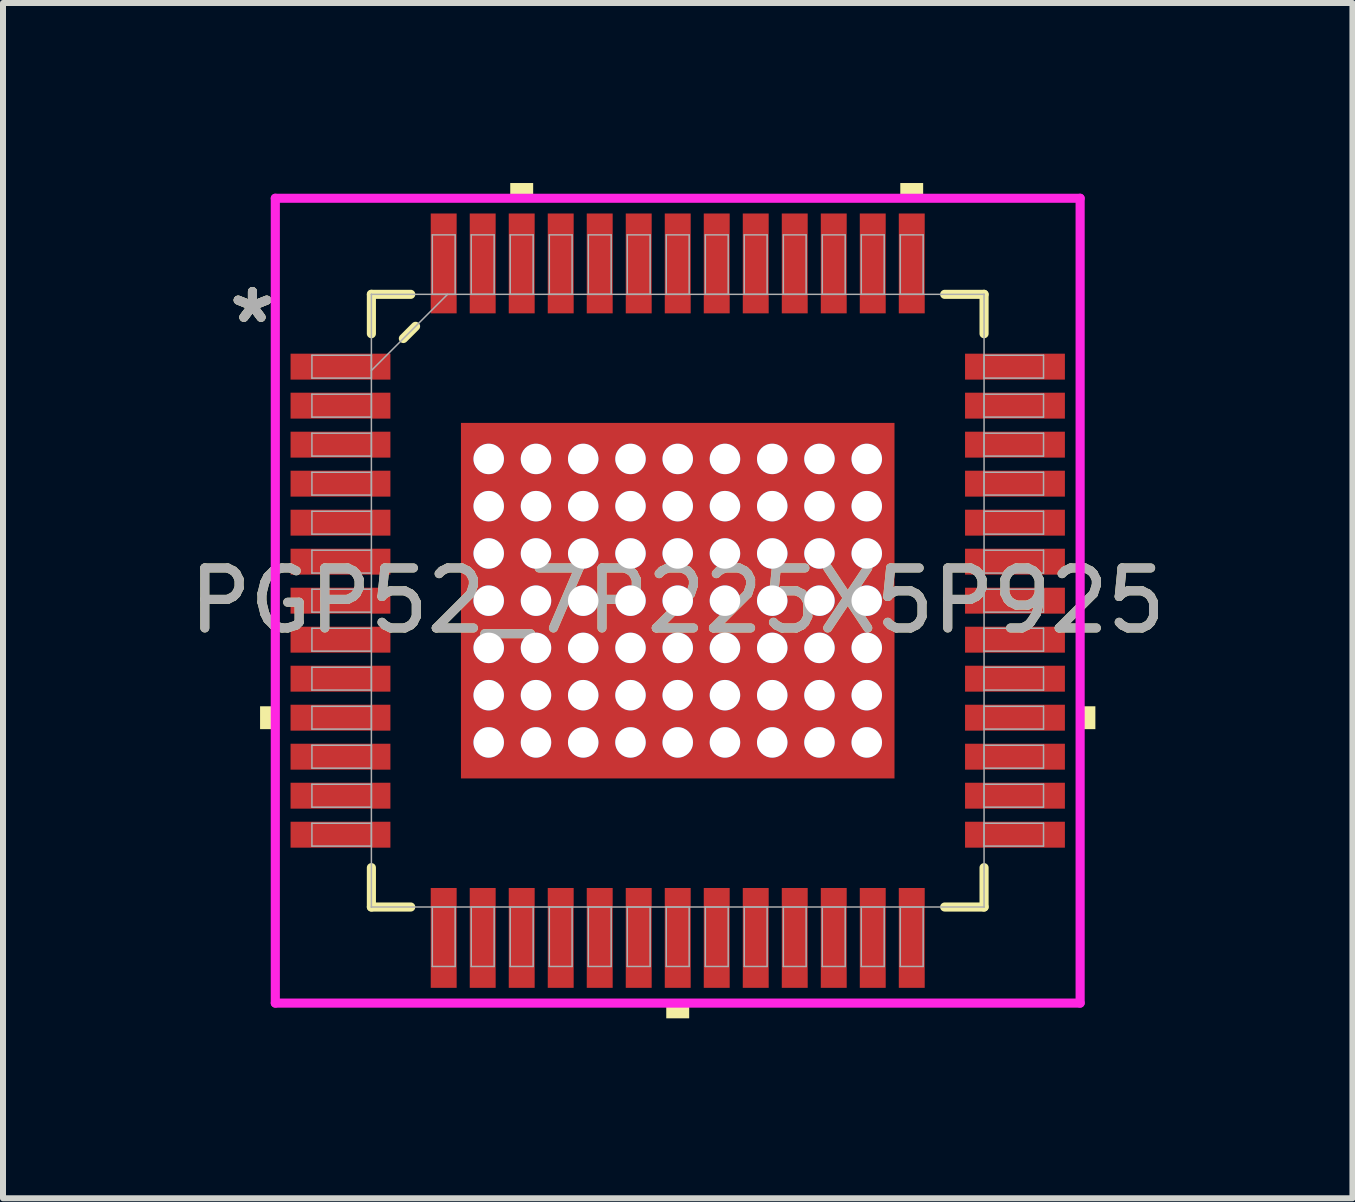
<source format=kicad_pcb>
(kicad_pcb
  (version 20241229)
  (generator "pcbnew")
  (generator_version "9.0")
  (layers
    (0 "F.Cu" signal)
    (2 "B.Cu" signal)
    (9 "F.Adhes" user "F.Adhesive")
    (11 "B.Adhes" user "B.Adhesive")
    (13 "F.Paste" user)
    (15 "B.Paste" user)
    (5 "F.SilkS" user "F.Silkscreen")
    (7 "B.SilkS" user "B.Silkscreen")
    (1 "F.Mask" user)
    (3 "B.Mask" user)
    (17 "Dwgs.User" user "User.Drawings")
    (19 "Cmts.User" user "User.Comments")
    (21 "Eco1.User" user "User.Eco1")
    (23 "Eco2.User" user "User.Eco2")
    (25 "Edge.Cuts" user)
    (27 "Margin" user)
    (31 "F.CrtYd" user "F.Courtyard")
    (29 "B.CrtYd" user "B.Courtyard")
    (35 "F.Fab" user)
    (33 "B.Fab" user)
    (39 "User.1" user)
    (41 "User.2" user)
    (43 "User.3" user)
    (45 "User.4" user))
  (footprint "PGP52_7P225X5P925"
    (layer "F.Cu")
    (at 8.244 6.96)
    (property "Reference" "PGP52_7P225X5P925" (at 0 0 0) (unlocked yes) (layer "F.SilkS") (effects (font (size 1 1) (thickness 0.15))))
    (attr through_hole)
    (fp_poly (pts (xy -3.676 -3.026) (xy -3.35 -3.026) (xy -3.35 3.026) (xy -3.676 3.026)) (stroke (width 0) (type solid)) (fill yes) (layer "F.Mask"))
    (fp_poly (pts (xy -3.676 -3.026) (xy 3.676 -3.026) (xy 3.676 -2.562) (xy -3.676 -2.562)) (stroke (width 0) (type solid)) (fill yes) (layer "F.Mask"))
    (fp_poly (pts (xy -3.676 -2.162) (xy 3.676 -2.162) (xy 3.676 -1.775) (xy -3.676 -1.775)) (stroke (width 0) (type solid)) (fill yes) (layer "F.Mask"))
    (fp_poly (pts (xy -3.676 -1.375) (xy 3.676 -1.375) (xy 3.676 -0.987) (xy -3.676 -0.987)) (stroke (width 0) (type solid)) (fill yes) (layer "F.Mask"))
    (fp_poly (pts (xy -3.676 -0.587) (xy 3.676 -0.587) (xy 3.676 -0.2) (xy -3.676 -0.2)) (stroke (width 0) (type solid)) (fill yes) (layer "F.Mask"))
    (fp_poly (pts (xy -3.676 0.2) (xy 3.676 0.2) (xy 3.676 0.587) (xy -3.676 0.587)) (stroke (width 0) (type solid)) (fill yes) (layer "F.Mask"))
    (fp_poly (pts (xy -3.676 0.987) (xy 3.676 0.987) (xy 3.676 1.375) (xy -3.676 1.375)) (stroke (width 0) (type solid)) (fill yes) (layer "F.Mask"))
    (fp_poly (pts (xy -3.676 1.775) (xy 3.676 1.775) (xy 3.676 2.162) (xy -3.676 2.162)) (stroke (width 0) (type solid)) (fill yes) (layer "F.Mask"))
    (fp_poly (pts (xy -3.676 2.562) (xy 3.676 2.562) (xy 3.676 3.026) (xy -3.676 3.026)) (stroke (width 0) (type solid)) (fill yes) (layer "F.Mask"))
    (fp_poly (pts (xy -2.562 -3.026) (xy -2.95 -3.026) (xy -2.95 3.026) (xy -2.562 3.026)) (stroke (width 0) (type solid)) (fill yes) (layer "F.Mask"))
    (fp_poly (pts (xy -1.775 -3.026) (xy -2.162 -3.026) (xy -2.162 3.026) (xy -1.775 3.026)) (stroke (width 0) (type solid)) (fill yes) (layer "F.Mask"))
    (fp_poly (pts (xy -0.987 -3.026) (xy -1.375 -3.026) (xy -1.375 3.026) (xy -0.987 3.026)) (stroke (width 0) (type solid)) (fill yes) (layer "F.Mask"))
    (fp_poly (pts (xy -0.2 -3.026) (xy -0.587 -3.026) (xy -0.587 3.026) (xy -0.2 3.026)) (stroke (width 0) (type solid)) (fill yes) (layer "F.Mask"))
    (fp_poly (pts (xy 0.587 -3.026) (xy 0.2 -3.026) (xy 0.2 3.026) (xy 0.587 3.026)) (stroke (width 0) (type solid)) (fill yes) (layer "F.Mask"))
    (fp_poly (pts (xy 1.375 -3.026) (xy 0.987 -3.026) (xy 0.987 3.026) (xy 1.375 3.026)) (stroke (width 0) (type solid)) (fill yes) (layer "F.Mask"))
    (fp_poly (pts (xy 2.162 -3.026) (xy 1.775 -3.026) (xy 1.775 3.026) (xy 2.162 3.026)) (stroke (width 0) (type solid)) (fill yes) (layer "F.Mask"))
    (fp_poly (pts (xy 2.95 -3.026) (xy 2.562 -3.026) (xy 2.562 3.026) (xy 2.95 3.026)) (stroke (width 0) (type solid)) (fill yes) (layer "F.Mask"))
    (fp_poly (pts (xy 3.35 -3.026) (xy 3.676 -3.026) (xy 3.676 3.026) (xy 3.35 3.026)) (stroke (width 0) (type solid)) (fill yes) (layer "F.Mask"))
    (fp_line (start -5.105 -5.105) (end -5.105 -4.449) (stroke (width 0.152) (type solid)) (layer "F.SilkS"))
    (fp_line (start -5.105 4.449) (end -5.105 5.105) (stroke (width 0.152) (type solid)) (layer "F.SilkS"))
    (fp_line (start -5.105 5.105) (end -4.449 5.105) (stroke (width 0.152) (type solid)) (layer "F.SilkS"))
    (fp_line (start -4.572 -4.369) (end -4.369 -4.572) (stroke (width 0.152) (type solid)) (layer "F.SilkS"))
    (fp_line (start -4.449 -5.105) (end -5.105 -5.105) (stroke (width 0.152) (type solid)) (layer "F.SilkS"))
    (fp_line (start 4.449 5.105) (end 5.105 5.105) (stroke (width 0.152) (type solid)) (layer "F.SilkS"))
    (fp_line (start 5.105 -5.105) (end 4.449 -5.105) (stroke (width 0.152) (type solid)) (layer "F.SilkS"))
    (fp_line (start 5.105 -4.449) (end 5.105 -5.105) (stroke (width 0.152) (type solid)) (layer "F.SilkS"))
    (fp_line (start 5.105 5.105) (end 5.105 4.449) (stroke (width 0.152) (type solid)) (layer "F.SilkS"))
    (fp_poly (pts (xy -6.96 1.76) (xy -6.96 2.141) (xy -6.706 2.141) (xy -6.706 1.76)) (stroke (width 0) (type solid)) (fill yes) (layer "F.SilkS"))
    (fp_poly (pts (xy -2.791 -6.706) (xy -2.791 -6.96) (xy -2.409 -6.96) (xy -2.409 -6.706)) (stroke (width 0) (type solid)) (fill yes) (layer "F.SilkS"))
    (fp_poly (pts (xy -0.191 6.706) (xy -0.191 6.96) (xy 0.191 6.96) (xy 0.191 6.706)) (stroke (width 0) (type solid)) (fill yes) (layer "F.SilkS"))
    (fp_poly (pts (xy 3.709 -6.706) (xy 3.709 -6.96) (xy 4.09 -6.96) (xy 4.09 -6.706)) (stroke (width 0) (type solid)) (fill yes) (layer "F.SilkS"))
    (fp_poly (pts (xy 6.96 1.76) (xy 6.96 2.141) (xy 6.706 2.141) (xy 6.706 1.76)) (stroke (width 0) (type solid)) (fill yes) (layer "F.SilkS"))
    (fp_poly (pts (xy -3.538 -2.888) (xy -3.538 -2.462) (xy -3.391 -2.462) (xy -3.25 -2.604) (xy -3.25 -2.888)) (stroke (width 0) (type solid)) (fill yes) (layer "F.Paste"))
    (fp_poly (pts (xy -3.538 2.462) (xy -3.538 2.888) (xy -3.25 2.888) (xy -3.25 2.604) (xy -3.391 2.462)) (stroke (width 0) (type solid)) (fill yes) (layer "F.Paste"))
    (fp_poly (pts (xy 3.25 -2.888) (xy 3.25 -2.604) (xy 3.391 -2.462) (xy 3.538 -2.462) (xy 3.538 -2.888)) (stroke (width 0) (type solid)) (fill yes) (layer "F.Paste"))
    (fp_poly (pts (xy 3.391 2.462) (xy 3.25 2.604) (xy 3.25 2.888) (xy 3.538 2.888) (xy 3.538 2.462)) (stroke (width 0) (type solid)) (fill yes) (layer "F.Paste"))
    (fp_poly (pts (xy -3.538 -2.262) (xy -3.538 -1.675) (xy -3.391 -1.675) (xy -3.25 -1.816) (xy -3.25 -2.121) (xy -3.391 -2.262)) (stroke (width 0) (type solid)) (fill yes) (layer "F.Paste"))
    (fp_poly (pts (xy -3.538 -1.475) (xy -3.538 -0.887) (xy -3.391 -0.887) (xy -3.25 -1.029) (xy -3.25 -1.333) (xy -3.391 -1.475)) (stroke (width 0) (type solid)) (fill yes) (layer "F.Paste"))
    (fp_poly (pts (xy -3.538 -0.687) (xy -3.538 -0.1) (xy -3.391 -0.1) (xy -3.25 -0.241) (xy -3.25 -0.546) (xy -3.391 -0.687)) (stroke (width 0) (type solid)) (fill yes) (layer "F.Paste"))
    (fp_poly (pts (xy -3.538 0.1) (xy -3.538 0.687) (xy -3.391 0.687) (xy -3.25 0.546) (xy -3.25 0.241) (xy -3.391 0.1)) (stroke (width 0) (type solid)) (fill yes) (layer "F.Paste"))
    (fp_poly (pts (xy -3.538 0.887) (xy -3.538 1.475) (xy -3.391 1.475) (xy -3.25 1.333) (xy -3.25 1.029) (xy -3.391 0.887)) (stroke (width 0) (type solid)) (fill yes) (layer "F.Paste"))
    (fp_poly (pts (xy -3.538 1.675) (xy -3.538 2.262) (xy -3.391 2.262) (xy -3.25 2.121) (xy -3.25 1.816) (xy -3.391 1.675)) (stroke (width 0) (type solid)) (fill yes) (layer "F.Paste"))
    (fp_poly (pts (xy -3.05 -2.888) (xy -3.05 -2.604) (xy -2.908 -2.462) (xy -2.604 -2.462) (xy -2.462 -2.604) (xy -2.462 -2.888)) (stroke (width 0) (type solid)) (fill yes) (layer "F.Paste"))
    (fp_poly (pts (xy -2.908 2.462) (xy -3.05 2.604) (xy -3.05 2.888) (xy -2.462 2.888) (xy -2.462 2.604) (xy -2.604 2.462)) (stroke (width 0) (type solid)) (fill yes) (layer "F.Paste"))
    (fp_poly (pts (xy -2.262 -2.888) (xy -2.262 -2.604) (xy -2.121 -2.462) (xy -1.816 -2.462) (xy -1.675 -2.604) (xy -1.675 -2.888)) (stroke (width 0) (type solid)) (fill yes) (layer "F.Paste"))
    (fp_poly (pts (xy -2.121 2.462) (xy -2.262 2.604) (xy -2.262 2.888) (xy -1.675 2.888) (xy -1.675 2.604) (xy -1.816 2.462)) (stroke (width 0) (type solid)) (fill yes) (layer "F.Paste"))
    (fp_poly (pts (xy -1.475 -2.888) (xy -1.475 -2.604) (xy -1.333 -2.462) (xy -1.029 -2.462) (xy -0.887 -2.604) (xy -0.887 -2.888)) (stroke (width 0) (type solid)) (fill yes) (layer "F.Paste"))
    (fp_poly (pts (xy -1.333 2.462) (xy -1.475 2.604) (xy -1.475 2.888) (xy -0.887 2.888) (xy -0.887 2.604) (xy -1.029 2.462)) (stroke (width 0) (type solid)) (fill yes) (layer "F.Paste"))
    (fp_poly (pts (xy -0.687 -2.888) (xy -0.687 -2.604) (xy -0.546 -2.462) (xy -0.241 -2.462) (xy -0.1 -2.604) (xy -0.1 -2.888)) (stroke (width 0) (type solid)) (fill yes) (layer "F.Paste"))
    (fp_poly (pts (xy -0.546 2.462) (xy -0.687 2.604) (xy -0.687 2.888) (xy -0.1 2.888) (xy -0.1 2.604) (xy -0.241 2.462)) (stroke (width 0) (type solid)) (fill yes) (layer "F.Paste"))
    (fp_poly (pts (xy 0.1 -2.888) (xy 0.1 -2.604) (xy 0.241 -2.462) (xy 0.546 -2.462) (xy 0.687 -2.604) (xy 0.687 -2.888)) (stroke (width 0) (type solid)) (fill yes) (layer "F.Paste"))
    (fp_poly (pts (xy 0.241 2.462) (xy 0.1 2.604) (xy 0.1 2.888) (xy 0.687 2.888) (xy 0.687 2.604) (xy 0.546 2.462)) (stroke (width 0) (type solid)) (fill yes) (layer "F.Paste"))
    (fp_poly (pts (xy 0.887 -2.888) (xy 0.887 -2.604) (xy 1.029 -2.462) (xy 1.333 -2.462) (xy 1.475 -2.604) (xy 1.475 -2.888)) (stroke (width 0) (type solid)) (fill yes) (layer "F.Paste"))
    (fp_poly (pts (xy 1.029 2.462) (xy 0.887 2.604) (xy 0.887 2.888) (xy 1.475 2.888) (xy 1.475 2.604) (xy 1.333 2.462)) (stroke (width 0) (type solid)) (fill yes) (layer "F.Paste"))
    (fp_poly (pts (xy 1.675 -2.888) (xy 1.675 -2.604) (xy 1.816 -2.462) (xy 2.121 -2.462) (xy 2.262 -2.604) (xy 2.262 -2.888)) (stroke (width 0) (type solid)) (fill yes) (layer "F.Paste"))
    (fp_poly (pts (xy 1.816 2.462) (xy 1.675 2.604) (xy 1.675 2.888) (xy 2.262 2.888) (xy 2.262 2.604) (xy 2.121 2.462)) (stroke (width 0) (type solid)) (fill yes) (layer "F.Paste"))
    (fp_poly (pts (xy 2.462 -2.888) (xy 2.462 -2.604) (xy 2.604 -2.462) (xy 2.908 -2.462) (xy 3.05 -2.604) (xy 3.05 -2.888)) (stroke (width 0) (type solid)) (fill yes) (layer "F.Paste"))
    (fp_poly (pts (xy 2.604 2.462) (xy 2.462 2.604) (xy 2.462 2.888) (xy 3.05 2.888) (xy 3.05 2.604) (xy 2.908 2.462)) (stroke (width 0) (type solid)) (fill yes) (layer "F.Paste"))
    (fp_poly (pts (xy 3.391 -2.262) (xy 3.25 -2.121) (xy 3.25 -1.816) (xy 3.391 -1.675) (xy 3.538 -1.675) (xy 3.538 -2.262)) (stroke (width 0) (type solid)) (fill yes) (layer "F.Paste"))
    (fp_poly (pts (xy 3.391 -1.475) (xy 3.25 -1.333) (xy 3.25 -1.029) (xy 3.391 -0.887) (xy 3.538 -0.887) (xy 3.538 -1.475)) (stroke (width 0) (type solid)) (fill yes) (layer "F.Paste"))
    (fp_poly (pts (xy 3.391 -0.687) (xy 3.25 -0.546) (xy 3.25 -0.241) (xy 3.391 -0.1) (xy 3.538 -0.1) (xy 3.538 -0.687)) (stroke (width 0) (type solid)) (fill yes) (layer "F.Paste"))
    (fp_poly (pts (xy 3.391 0.1) (xy 3.25 0.241) (xy 3.25 0.546) (xy 3.391 0.687) (xy 3.538 0.687) (xy 3.538 0.1)) (stroke (width 0) (type solid)) (fill yes) (layer "F.Paste"))
    (fp_poly (pts (xy 3.391 0.887) (xy 3.25 1.029) (xy 3.25 1.333) (xy 3.391 1.475) (xy 3.538 1.475) (xy 3.538 0.887)) (stroke (width 0) (type solid)) (fill yes) (layer "F.Paste"))
    (fp_poly (pts (xy 3.391 1.675) (xy 3.25 1.816) (xy 3.25 2.121) (xy 3.391 2.262) (xy 3.538 2.262) (xy 3.538 1.675)) (stroke (width 0) (type solid)) (fill yes) (layer "F.Paste"))
    (fp_poly (pts (xy -2.908 -2.262) (xy -3.05 -2.121) (xy -3.05 -1.816) (xy -2.908 -1.675) (xy -2.604 -1.675) (xy -2.462 -1.816) (xy -2.462 -2.121) (xy -2.604 -2.262)) (stroke (width 0) (type solid)) (fill yes) (layer "F.Paste"))
    (fp_poly (pts (xy -2.908 -1.475) (xy -3.05 -1.333) (xy -3.05 -1.029) (xy -2.908 -0.887) (xy -2.604 -0.887) (xy -2.462 -1.029) (xy -2.462 -1.333) (xy -2.604 -1.475)) (stroke (width 0) (type solid)) (fill yes) (layer "F.Paste"))
    (fp_poly (pts (xy -2.908 -0.687) (xy -3.05 -0.546) (xy -3.05 -0.241) (xy -2.908 -0.1) (xy -2.604 -0.1) (xy -2.462 -0.241) (xy -2.462 -0.546) (xy -2.604 -0.687)) (stroke (width 0) (type solid)) (fill yes) (layer "F.Paste"))
    (fp_poly (pts (xy -2.908 0.1) (xy -3.05 0.241) (xy -3.05 0.546) (xy -2.908 0.687) (xy -2.604 0.687) (xy -2.462 0.546) (xy -2.462 0.241) (xy -2.604 0.1)) (stroke (width 0) (type solid)) (fill yes) (layer "F.Paste"))
    (fp_poly (pts (xy -2.908 0.887) (xy -3.05 1.029) (xy -3.05 1.333) (xy -2.908 1.475) (xy -2.604 1.475) (xy -2.462 1.333) (xy -2.462 1.029) (xy -2.604 0.887)) (stroke (width 0) (type solid)) (fill yes) (layer "F.Paste"))
    (fp_poly (pts (xy -2.908 1.675) (xy -3.05 1.816) (xy -3.05 2.121) (xy -2.908 2.262) (xy -2.604 2.262) (xy -2.462 2.121) (xy -2.462 1.816) (xy -2.604 1.675)) (stroke (width 0) (type solid)) (fill yes) (layer "F.Paste"))
    (fp_poly (pts (xy -2.121 -2.262) (xy -2.262 -2.121) (xy -2.262 -1.816) (xy -2.121 -1.675) (xy -1.816 -1.675) (xy -1.675 -1.816) (xy -1.675 -2.121) (xy -1.816 -2.262)) (stroke (width 0) (type solid)) (fill yes) (layer "F.Paste"))
    (fp_poly (pts (xy -2.121 -1.475) (xy -2.262 -1.333) (xy -2.262 -1.029) (xy -2.121 -0.887) (xy -1.816 -0.887) (xy -1.675 -1.029) (xy -1.675 -1.333) (xy -1.816 -1.475)) (stroke (width 0) (type solid)) (fill yes) (layer "F.Paste"))
    (fp_poly (pts (xy -2.121 -0.687) (xy -2.262 -0.546) (xy -2.262 -0.241) (xy -2.121 -0.1) (xy -1.816 -0.1) (xy -1.675 -0.241) (xy -1.675 -0.546) (xy -1.816 -0.687)) (stroke (width 0) (type solid)) (fill yes) (layer "F.Paste"))
    (fp_poly (pts (xy -2.121 0.1) (xy -2.262 0.241) (xy -2.262 0.546) (xy -2.121 0.687) (xy -1.816 0.687) (xy -1.675 0.546) (xy -1.675 0.241) (xy -1.816 0.1)) (stroke (width 0) (type solid)) (fill yes) (layer "F.Paste"))
    (fp_poly (pts (xy -2.121 0.887) (xy -2.262 1.029) (xy -2.262 1.333) (xy -2.121 1.475) (xy -1.816 1.475) (xy -1.675 1.333) (xy -1.675 1.029) (xy -1.816 0.887)) (stroke (width 0) (type solid)) (fill yes) (layer "F.Paste"))
    (fp_poly (pts (xy -2.121 1.675) (xy -2.262 1.816) (xy -2.262 2.121) (xy -2.121 2.262) (xy -1.816 2.262) (xy -1.675 2.121) (xy -1.675 1.816) (xy -1.816 1.675)) (stroke (width 0) (type solid)) (fill yes) (layer "F.Paste"))
    (fp_poly (pts (xy -1.333 -2.262) (xy -1.475 -2.121) (xy -1.475 -1.816) (xy -1.333 -1.675) (xy -1.029 -1.675) (xy -0.887 -1.816) (xy -0.887 -2.121) (xy -1.029 -2.262)) (stroke (width 0) (type solid)) (fill yes) (layer "F.Paste"))
    (fp_poly (pts (xy -1.333 -1.475) (xy -1.475 -1.333) (xy -1.475 -1.029) (xy -1.333 -0.887) (xy -1.029 -0.887) (xy -0.887 -1.029) (xy -0.887 -1.333) (xy -1.029 -1.475)) (stroke (width 0) (type solid)) (fill yes) (layer "F.Paste"))
    (fp_poly (pts (xy -1.333 -0.687) (xy -1.475 -0.546) (xy -1.475 -0.241) (xy -1.333 -0.1) (xy -1.029 -0.1) (xy -0.887 -0.241) (xy -0.887 -0.546) (xy -1.029 -0.687)) (stroke (width 0) (type solid)) (fill yes) (layer "F.Paste"))
    (fp_poly (pts (xy -1.333 0.1) (xy -1.475 0.241) (xy -1.475 0.546) (xy -1.333 0.687) (xy -1.029 0.687) (xy -0.887 0.546) (xy -0.887 0.241) (xy -1.029 0.1)) (stroke (width 0) (type solid)) (fill yes) (layer "F.Paste"))
    (fp_poly (pts (xy -1.333 0.887) (xy -1.475 1.029) (xy -1.475 1.333) (xy -1.333 1.475) (xy -1.029 1.475) (xy -0.887 1.333) (xy -0.887 1.029) (xy -1.029 0.887)) (stroke (width 0) (type solid)) (fill yes) (layer "F.Paste"))
    (fp_poly (pts (xy -1.333 1.675) (xy -1.475 1.816) (xy -1.475 2.121) (xy -1.333 2.262) (xy -1.029 2.262) (xy -0.887 2.121) (xy -0.887 1.816) (xy -1.029 1.675)) (stroke (width 0) (type solid)) (fill yes) (layer "F.Paste"))
    (fp_poly (pts (xy -0.546 -2.262) (xy -0.687 -2.121) (xy -0.687 -1.816) (xy -0.546 -1.675) (xy -0.241 -1.675) (xy -0.1 -1.816) (xy -0.1 -2.121) (xy -0.241 -2.262)) (stroke (width 0) (type solid)) (fill yes) (layer "F.Paste"))
    (fp_poly (pts (xy -0.546 -1.475) (xy -0.687 -1.333) (xy -0.687 -1.029) (xy -0.546 -0.887) (xy -0.241 -0.887) (xy -0.1 -1.029) (xy -0.1 -1.333) (xy -0.241 -1.475)) (stroke (width 0) (type solid)) (fill yes) (layer "F.Paste"))
    (fp_poly (pts (xy -0.546 -0.687) (xy -0.687 -0.546) (xy -0.687 -0.241) (xy -0.546 -0.1) (xy -0.241 -0.1) (xy -0.1 -0.241) (xy -0.1 -0.546) (xy -0.241 -0.687)) (stroke (width 0) (type solid)) (fill yes) (layer "F.Paste"))
    (fp_poly (pts (xy -0.546 0.1) (xy -0.687 0.241) (xy -0.687 0.546) (xy -0.546 0.687) (xy -0.241 0.687) (xy -0.1 0.546) (xy -0.1 0.241) (xy -0.241 0.1)) (stroke (width 0) (type solid)) (fill yes) (layer "F.Paste"))
    (fp_poly (pts (xy -0.546 0.887) (xy -0.687 1.029) (xy -0.687 1.333) (xy -0.546 1.475) (xy -0.241 1.475) (xy -0.1 1.333) (xy -0.1 1.029) (xy -0.241 0.887)) (stroke (width 0) (type solid)) (fill yes) (layer "F.Paste"))
    (fp_poly (pts (xy -0.546 1.675) (xy -0.687 1.816) (xy -0.687 2.121) (xy -0.546 2.262) (xy -0.241 2.262) (xy -0.1 2.121) (xy -0.1 1.816) (xy -0.241 1.675)) (stroke (width 0) (type solid)) (fill yes) (layer "F.Paste"))
    (fp_poly (pts (xy 0.241 -2.262) (xy 0.1 -2.121) (xy 0.1 -1.816) (xy 0.241 -1.675) (xy 0.546 -1.675) (xy 0.687 -1.816) (xy 0.687 -2.121) (xy 0.546 -2.262)) (stroke (width 0) (type solid)) (fill yes) (layer "F.Paste"))
    (fp_poly (pts (xy 0.241 -1.475) (xy 0.1 -1.333) (xy 0.1 -1.029) (xy 0.241 -0.887) (xy 0.546 -0.887) (xy 0.687 -1.029) (xy 0.687 -1.333) (xy 0.546 -1.475)) (stroke (width 0) (type solid)) (fill yes) (layer "F.Paste"))
    (fp_poly (pts (xy 0.241 -0.687) (xy 0.1 -0.546) (xy 0.1 -0.241) (xy 0.241 -0.1) (xy 0.546 -0.1) (xy 0.687 -0.241) (xy 0.687 -0.546) (xy 0.546 -0.687)) (stroke (width 0) (type solid)) (fill yes) (layer "F.Paste"))
    (fp_poly (pts (xy 0.241 0.1) (xy 0.1 0.241) (xy 0.1 0.546) (xy 0.241 0.687) (xy 0.546 0.687) (xy 0.687 0.546) (xy 0.687 0.241) (xy 0.546 0.1)) (stroke (width 0) (type solid)) (fill yes) (layer "F.Paste"))
    (fp_poly (pts (xy 0.241 0.887) (xy 0.1 1.029) (xy 0.1 1.333) (xy 0.241 1.475) (xy 0.546 1.475) (xy 0.687 1.333) (xy 0.687 1.029) (xy 0.546 0.887)) (stroke (width 0) (type solid)) (fill yes) (layer "F.Paste"))
    (fp_poly (pts (xy 0.241 1.675) (xy 0.1 1.816) (xy 0.1 2.121) (xy 0.241 2.262) (xy 0.546 2.262) (xy 0.687 2.121) (xy 0.687 1.816) (xy 0.546 1.675)) (stroke (width 0) (type solid)) (fill yes) (layer "F.Paste"))
    (fp_poly (pts (xy 1.029 -2.262) (xy 0.887 -2.121) (xy 0.887 -1.816) (xy 1.029 -1.675) (xy 1.333 -1.675) (xy 1.475 -1.816) (xy 1.475 -2.121) (xy 1.333 -2.262)) (stroke (width 0) (type solid)) (fill yes) (layer "F.Paste"))
    (fp_poly (pts (xy 1.029 -1.475) (xy 0.887 -1.333) (xy 0.887 -1.029) (xy 1.029 -0.887) (xy 1.333 -0.887) (xy 1.475 -1.029) (xy 1.475 -1.333) (xy 1.333 -1.475)) (stroke (width 0) (type solid)) (fill yes) (layer "F.Paste"))
    (fp_poly (pts (xy 1.029 -0.687) (xy 0.887 -0.546) (xy 0.887 -0.241) (xy 1.029 -0.1) (xy 1.333 -0.1) (xy 1.475 -0.241) (xy 1.475 -0.546) (xy 1.333 -0.687)) (stroke (width 0) (type solid)) (fill yes) (layer "F.Paste"))
    (fp_poly (pts (xy 1.029 0.1) (xy 0.887 0.241) (xy 0.887 0.546) (xy 1.029 0.687) (xy 1.333 0.687) (xy 1.475 0.546) (xy 1.475 0.241) (xy 1.333 0.1)) (stroke (width 0) (type solid)) (fill yes) (layer "F.Paste"))
    (fp_poly (pts (xy 1.029 0.887) (xy 0.887 1.029) (xy 0.887 1.333) (xy 1.029 1.475) (xy 1.333 1.475) (xy 1.475 1.333) (xy 1.475 1.029) (xy 1.333 0.887)) (stroke (width 0) (type solid)) (fill yes) (layer "F.Paste"))
    (fp_poly (pts (xy 1.029 1.675) (xy 0.887 1.816) (xy 0.887 2.121) (xy 1.029 2.262) (xy 1.333 2.262) (xy 1.475 2.121) (xy 1.475 1.816) (xy 1.333 1.675)) (stroke (width 0) (type solid)) (fill yes) (layer "F.Paste"))
    (fp_poly (pts (xy 1.816 -2.262) (xy 1.675 -2.121) (xy 1.675 -1.816) (xy 1.816 -1.675) (xy 2.121 -1.675) (xy 2.262 -1.816) (xy 2.262 -2.121) (xy 2.121 -2.262)) (stroke (width 0) (type solid)) (fill yes) (layer "F.Paste"))
    (fp_poly (pts (xy 1.816 -1.475) (xy 1.675 -1.333) (xy 1.675 -1.029) (xy 1.816 -0.887) (xy 2.121 -0.887) (xy 2.262 -1.029) (xy 2.262 -1.333) (xy 2.121 -1.475)) (stroke (width 0) (type solid)) (fill yes) (layer "F.Paste"))
    (fp_poly (pts (xy 1.816 -0.687) (xy 1.675 -0.546) (xy 1.675 -0.241) (xy 1.816 -0.1) (xy 2.121 -0.1) (xy 2.262 -0.241) (xy 2.262 -0.546) (xy 2.121 -0.687)) (stroke (width 0) (type solid)) (fill yes) (layer "F.Paste"))
    (fp_poly (pts (xy 1.816 0.1) (xy 1.675 0.241) (xy 1.675 0.546) (xy 1.816 0.687) (xy 2.121 0.687) (xy 2.262 0.546) (xy 2.262 0.241) (xy 2.121 0.1)) (stroke (width 0) (type solid)) (fill yes) (layer "F.Paste"))
    (fp_poly (pts (xy 1.816 0.887) (xy 1.675 1.029) (xy 1.675 1.333) (xy 1.816 1.475) (xy 2.121 1.475) (xy 2.262 1.333) (xy 2.262 1.029) (xy 2.121 0.887)) (stroke (width 0) (type solid)) (fill yes) (layer "F.Paste"))
    (fp_poly (pts (xy 1.816 1.675) (xy 1.675 1.816) (xy 1.675 2.121) (xy 1.816 2.262) (xy 2.121 2.262) (xy 2.262 2.121) (xy 2.262 1.816) (xy 2.121 1.675)) (stroke (width 0) (type solid)) (fill yes) (layer "F.Paste"))
    (fp_poly (pts (xy 2.604 -2.262) (xy 2.462 -2.121) (xy 2.462 -1.816) (xy 2.604 -1.675) (xy 2.908 -1.675) (xy 3.05 -1.816) (xy 3.05 -2.121) (xy 2.908 -2.262)) (stroke (width 0) (type solid)) (fill yes) (layer "F.Paste"))
    (fp_poly (pts (xy 2.604 -1.475) (xy 2.462 -1.333) (xy 2.462 -1.029) (xy 2.604 -0.887) (xy 2.908 -0.887) (xy 3.05 -1.029) (xy 3.05 -1.333) (xy 2.908 -1.475)) (stroke (width 0) (type solid)) (fill yes) (layer "F.Paste"))
    (fp_poly (pts (xy 2.604 -0.687) (xy 2.462 -0.546) (xy 2.462 -0.241) (xy 2.604 -0.1) (xy 2.908 -0.1) (xy 3.05 -0.241) (xy 3.05 -0.546) (xy 2.908 -0.687)) (stroke (width 0) (type solid)) (fill yes) (layer "F.Paste"))
    (fp_poly (pts (xy 2.604 0.1) (xy 2.462 0.241) (xy 2.462 0.546) (xy 2.604 0.687) (xy 2.908 0.687) (xy 3.05 0.546) (xy 3.05 0.241) (xy 2.908 0.1)) (stroke (width 0) (type solid)) (fill yes) (layer "F.Paste"))
    (fp_poly (pts (xy 2.604 0.887) (xy 2.462 1.029) (xy 2.462 1.333) (xy 2.604 1.475) (xy 2.908 1.475) (xy 3.05 1.333) (xy 3.05 1.029) (xy 2.908 0.887)) (stroke (width 0) (type solid)) (fill yes) (layer "F.Paste"))
    (fp_poly (pts (xy 2.604 1.675) (xy 2.462 1.816) (xy 2.462 2.121) (xy 2.604 2.262) (xy 2.908 2.262) (xy 3.05 2.121) (xy 3.05 1.816) (xy 2.908 1.675)) (stroke (width 0) (type solid)) (fill yes) (layer "F.Paste"))
    (fp_line (start -6.706 -6.706) (end 6.706 -6.706) (stroke (width 0.152) (type solid)) (layer "F.CrtYd"))
    (fp_line (start -6.706 6.706) (end -6.706 -6.706) (stroke (width 0.152) (type solid)) (layer "F.CrtYd"))
    (fp_line (start 6.706 -6.706) (end 6.706 6.706) (stroke (width 0.152) (type solid)) (layer "F.CrtYd"))
    (fp_line (start 6.706 6.706) (end -6.706 6.706) (stroke (width 0.152) (type solid)) (layer "F.CrtYd"))
    (fp_line (start -6.096 -4.09) (end -6.096 -3.709) (stroke (width 0.025) (type solid)) (layer "F.Fab"))
    (fp_line (start -6.096 -3.709) (end -5.105 -3.709) (stroke (width 0.025) (type solid)) (layer "F.Fab"))
    (fp_line (start -6.096 -3.441) (end -6.096 -3.059) (stroke (width 0.025) (type solid)) (layer "F.Fab"))
    (fp_line (start -6.096 -3.059) (end -5.105 -3.059) (stroke (width 0.025) (type solid)) (layer "F.Fab"))
    (fp_line (start -6.096 -2.791) (end -6.096 -2.409) (stroke (width 0.025) (type solid)) (layer "F.Fab"))
    (fp_line (start -6.096 -2.409) (end -5.105 -2.409) (stroke (width 0.025) (type solid)) (layer "F.Fab"))
    (fp_line (start -6.096 -2.14) (end -6.096 -1.76) (stroke (width 0.025) (type solid)) (layer "F.Fab"))
    (fp_line (start -6.096 -1.76) (end -5.105 -1.76) (stroke (width 0.025) (type solid)) (layer "F.Fab"))
    (fp_line (start -6.096 -1.49) (end -6.096 -1.109) (stroke (width 0.025) (type solid)) (layer "F.Fab"))
    (fp_line (start -6.096 -1.109) (end -5.105 -1.109) (stroke (width 0.025) (type solid)) (layer "F.Fab"))
    (fp_line (start -6.096 -0.841) (end -6.096 -0.46) (stroke (width 0.025) (type solid)) (layer "F.Fab"))
    (fp_line (start -6.096 -0.46) (end -5.105 -0.46) (stroke (width 0.025) (type solid)) (layer "F.Fab"))
    (fp_line (start -6.096 -0.191) (end -6.096 0.191) (stroke (width 0.025) (type solid)) (layer "F.Fab"))
    (fp_line (start -6.096 0.191) (end -5.105 0.191) (stroke (width 0.025) (type solid)) (layer "F.Fab"))
    (fp_line (start -6.096 0.46) (end -6.096 0.841) (stroke (width 0.025) (type solid)) (layer "F.Fab"))
    (fp_line (start -6.096 0.841) (end -5.105 0.841) (stroke (width 0.025) (type solid)) (layer "F.Fab"))
    (fp_line (start -6.096 1.109) (end -6.096 1.49) (stroke (width 0.025) (type solid)) (layer "F.Fab"))
    (fp_line (start -6.096 1.49) (end -5.105 1.49) (stroke (width 0.025) (type solid)) (layer "F.Fab"))
    (fp_line (start -6.096 1.76) (end -6.096 2.14) (stroke (width 0.025) (type solid)) (layer "F.Fab"))
    (fp_line (start -6.096 2.14) (end -5.105 2.14) (stroke (width 0.025) (type solid)) (layer "F.Fab"))
    (fp_line (start -6.096 2.409) (end -6.096 2.791) (stroke (width 0.025) (type solid)) (layer "F.Fab"))
    (fp_line (start -6.096 2.791) (end -5.105 2.791) (stroke (width 0.025) (type solid)) (layer "F.Fab"))
    (fp_line (start -6.096 3.059) (end -6.096 3.441) (stroke (width 0.025) (type solid)) (layer "F.Fab"))
    (fp_line (start -6.096 3.441) (end -5.105 3.441) (stroke (width 0.025) (type solid)) (layer "F.Fab"))
    (fp_line (start -6.096 3.709) (end -6.096 4.09) (stroke (width 0.025) (type solid)) (layer "F.Fab"))
    (fp_line (start -6.096 4.09) (end -5.105 4.09) (stroke (width 0.025) (type solid)) (layer "F.Fab"))
    (fp_line (start -5.105 -5.105) (end -5.105 -5.105) (stroke (width 0.025) (type solid)) (layer "F.Fab"))
    (fp_line (start -5.105 -5.105) (end -5.105 5.105) (stroke (width 0.025) (type solid)) (layer "F.Fab"))
    (fp_line (start -5.105 -4.09) (end -6.096 -4.09) (stroke (width 0.025) (type solid)) (layer "F.Fab"))
    (fp_line (start -5.105 -3.835) (end -3.835 -5.105) (stroke (width 0.025) (type solid)) (layer "F.Fab"))
    (fp_line (start -5.105 -3.709) (end -5.105 -4.09) (stroke (width 0.025) (type solid)) (layer "F.Fab"))
    (fp_line (start -5.105 -3.441) (end -6.096 -3.441) (stroke (width 0.025) (type solid)) (layer "F.Fab"))
    (fp_line (start -5.105 -3.059) (end -5.105 -3.441) (stroke (width 0.025) (type solid)) (layer "F.Fab"))
    (fp_line (start -5.105 -2.791) (end -6.096 -2.791) (stroke (width 0.025) (type solid)) (layer "F.Fab"))
    (fp_line (start -5.105 -2.409) (end -5.105 -2.791) (stroke (width 0.025) (type solid)) (layer "F.Fab"))
    (fp_line (start -5.105 -2.14) (end -6.096 -2.14) (stroke (width 0.025) (type solid)) (layer "F.Fab"))
    (fp_line (start -5.105 -1.76) (end -5.105 -2.14) (stroke (width 0.025) (type solid)) (layer "F.Fab"))
    (fp_line (start -5.105 -1.49) (end -6.096 -1.49) (stroke (width 0.025) (type solid)) (layer "F.Fab"))
    (fp_line (start -5.105 -1.109) (end -5.105 -1.49) (stroke (width 0.025) (type solid)) (layer "F.Fab"))
    (fp_line (start -5.105 -0.841) (end -6.096 -0.841) (stroke (width 0.025) (type solid)) (layer "F.Fab"))
    (fp_line (start -5.105 -0.46) (end -5.105 -0.841) (stroke (width 0.025) (type solid)) (layer "F.Fab"))
    (fp_line (start -5.105 -0.191) (end -6.096 -0.191) (stroke (width 0.025) (type solid)) (layer "F.Fab"))
    (fp_line (start -5.105 0.191) (end -5.105 -0.191) (stroke (width 0.025) (type solid)) (layer "F.Fab"))
    (fp_line (start -5.105 0.46) (end -6.096 0.46) (stroke (width 0.025) (type solid)) (layer "F.Fab"))
    (fp_line (start -5.105 0.841) (end -5.105 0.46) (stroke (width 0.025) (type solid)) (layer "F.Fab"))
    (fp_line (start -5.105 1.109) (end -6.096 1.109) (stroke (width 0.025) (type solid)) (layer "F.Fab"))
    (fp_line (start -5.105 1.49) (end -5.105 1.109) (stroke (width 0.025) (type solid)) (layer "F.Fab"))
    (fp_line (start -5.105 1.76) (end -6.096 1.76) (stroke (width 0.025) (type solid)) (layer "F.Fab"))
    (fp_line (start -5.105 2.14) (end -5.105 1.76) (stroke (width 0.025) (type solid)) (layer "F.Fab"))
    (fp_line (start -5.105 2.409) (end -6.096 2.409) (stroke (width 0.025) (type solid)) (layer "F.Fab"))
    (fp_line (start -5.105 2.791) (end -5.105 2.409) (stroke (width 0.025) (type solid)) (layer "F.Fab"))
    (fp_line (start -5.105 3.059) (end -6.096 3.059) (stroke (width 0.025) (type solid)) (layer "F.Fab"))
    (fp_line (start -5.105 3.441) (end -5.105 3.059) (stroke (width 0.025) (type solid)) (layer "F.Fab"))
    (fp_line (start -5.105 3.709) (end -6.096 3.709) (stroke (width 0.025) (type solid)) (layer "F.Fab"))
    (fp_line (start -5.105 4.09) (end -5.105 3.709) (stroke (width 0.025) (type solid)) (layer "F.Fab"))
    (fp_line (start -5.105 5.105) (end -5.105 5.105) (stroke (width 0.025) (type solid)) (layer "F.Fab"))
    (fp_line (start -5.105 5.105) (end 5.105 5.105) (stroke (width 0.025) (type solid)) (layer "F.Fab"))
    (fp_line (start -4.09 -6.096) (end -4.09 -5.105) (stroke (width 0.025) (type solid)) (layer "F.Fab"))
    (fp_line (start -4.09 -5.105) (end -3.709 -5.105) (stroke (width 0.025) (type solid)) (layer "F.Fab"))
    (fp_line (start -4.09 5.105) (end -4.09 6.096) (stroke (width 0.025) (type solid)) (layer "F.Fab"))
    (fp_line (start -4.09 6.096) (end -3.709 6.096) (stroke (width 0.025) (type solid)) (layer "F.Fab"))
    (fp_line (start -3.709 -6.096) (end -4.09 -6.096) (stroke (width 0.025) (type solid)) (layer "F.Fab"))
    (fp_line (start -3.709 -5.105) (end -3.709 -6.096) (stroke (width 0.025) (type solid)) (layer "F.Fab"))
    (fp_line (start -3.709 5.105) (end -4.09 5.105) (stroke (width 0.025) (type solid)) (layer "F.Fab"))
    (fp_line (start -3.709 6.096) (end -3.709 5.105) (stroke (width 0.025) (type solid)) (layer "F.Fab"))
    (fp_line (start -3.441 -6.096) (end -3.441 -5.105) (stroke (width 0.025) (type solid)) (layer "F.Fab"))
    (fp_line (start -3.441 -5.105) (end -3.059 -5.105) (stroke (width 0.025) (type solid)) (layer "F.Fab"))
    (fp_line (start -3.441 5.105) (end -3.441 6.096) (stroke (width 0.025) (type solid)) (layer "F.Fab"))
    (fp_line (start -3.441 6.096) (end -3.059 6.096) (stroke (width 0.025) (type solid)) (layer "F.Fab"))
    (fp_line (start -3.059 -6.096) (end -3.441 -6.096) (stroke (width 0.025) (type solid)) (layer "F.Fab"))
    (fp_line (start -3.059 -5.105) (end -3.059 -6.096) (stroke (width 0.025) (type solid)) (layer "F.Fab"))
    (fp_line (start -3.059 5.105) (end -3.441 5.105) (stroke (width 0.025) (type solid)) (layer "F.Fab"))
    (fp_line (start -3.059 6.096) (end -3.059 5.105) (stroke (width 0.025) (type solid)) (layer "F.Fab"))
    (fp_line (start -2.791 -6.096) (end -2.791 -5.105) (stroke (width 0.025) (type solid)) (layer "F.Fab"))
    (fp_line (start -2.791 -5.105) (end -2.409 -5.105) (stroke (width 0.025) (type solid)) (layer "F.Fab"))
    (fp_line (start -2.791 5.105) (end -2.791 6.096) (stroke (width 0.025) (type solid)) (layer "F.Fab"))
    (fp_line (start -2.791 6.096) (end -2.409 6.096) (stroke (width 0.025) (type solid)) (layer "F.Fab"))
    (fp_line (start -2.409 -6.096) (end -2.791 -6.096) (stroke (width 0.025) (type solid)) (layer "F.Fab"))
    (fp_line (start -2.409 -5.105) (end -2.409 -6.096) (stroke (width 0.025) (type solid)) (layer "F.Fab"))
    (fp_line (start -2.409 5.105) (end -2.791 5.105) (stroke (width 0.025) (type solid)) (layer "F.Fab"))
    (fp_line (start -2.409 6.096) (end -2.409 5.105) (stroke (width 0.025) (type solid)) (layer "F.Fab"))
    (fp_line (start -2.14 -6.096) (end -2.14 -5.105) (stroke (width 0.025) (type solid)) (layer "F.Fab"))
    (fp_line (start -2.14 -5.105) (end -1.76 -5.105) (stroke (width 0.025) (type solid)) (layer "F.Fab"))
    (fp_line (start -2.14 5.105) (end -2.14 6.096) (stroke (width 0.025) (type solid)) (layer "F.Fab"))
    (fp_line (start -2.14 6.096) (end -1.76 6.096) (stroke (width 0.025) (type solid)) (layer "F.Fab"))
    (fp_line (start -1.76 -6.096) (end -2.14 -6.096) (stroke (width 0.025) (type solid)) (layer "F.Fab"))
    (fp_line (start -1.76 -5.105) (end -1.76 -6.096) (stroke (width 0.025) (type solid)) (layer "F.Fab"))
    (fp_line (start -1.76 5.105) (end -2.14 5.105) (stroke (width 0.025) (type solid)) (layer "F.Fab"))
    (fp_line (start -1.76 6.096) (end -1.76 5.105) (stroke (width 0.025) (type solid)) (layer "F.Fab"))
    (fp_line (start -1.49 -6.096) (end -1.49 -5.105) (stroke (width 0.025) (type solid)) (layer "F.Fab"))
    (fp_line (start -1.49 -5.105) (end -1.109 -5.105) (stroke (width 0.025) (type solid)) (layer "F.Fab"))
    (fp_line (start -1.49 5.105) (end -1.49 6.096) (stroke (width 0.025) (type solid)) (layer "F.Fab"))
    (fp_line (start -1.49 6.096) (end -1.109 6.096) (stroke (width 0.025) (type solid)) (layer "F.Fab"))
    (fp_line (start -1.109 -6.096) (end -1.49 -6.096) (stroke (width 0.025) (type solid)) (layer "F.Fab"))
    (fp_line (start -1.109 -5.105) (end -1.109 -6.096) (stroke (width 0.025) (type solid)) (layer "F.Fab"))
    (fp_line (start -1.109 5.105) (end -1.49 5.105) (stroke (width 0.025) (type solid)) (layer "F.Fab"))
    (fp_line (start -1.109 6.096) (end -1.109 5.105) (stroke (width 0.025) (type solid)) (layer "F.Fab"))
    (fp_line (start -0.841 -6.096) (end -0.841 -5.105) (stroke (width 0.025) (type solid)) (layer "F.Fab"))
    (fp_line (start -0.841 -5.105) (end -0.46 -5.105) (stroke (width 0.025) (type solid)) (layer "F.Fab"))
    (fp_line (start -0.841 5.105) (end -0.841 6.096) (stroke (width 0.025) (type solid)) (layer "F.Fab"))
    (fp_line (start -0.841 6.096) (end -0.46 6.096) (stroke (width 0.025) (type solid)) (layer "F.Fab"))
    (fp_line (start -0.46 -6.096) (end -0.841 -6.096) (stroke (width 0.025) (type solid)) (layer "F.Fab"))
    (fp_line (start -0.46 -5.105) (end -0.46 -6.096) (stroke (width 0.025) (type solid)) (layer "F.Fab"))
    (fp_line (start -0.46 5.105) (end -0.841 5.105) (stroke (width 0.025) (type solid)) (layer "F.Fab"))
    (fp_line (start -0.46 6.096) (end -0.46 5.105) (stroke (width 0.025) (type solid)) (layer "F.Fab"))
    (fp_line (start -0.191 -6.096) (end -0.191 -5.105) (stroke (width 0.025) (type solid)) (layer "F.Fab"))
    (fp_line (start -0.191 -5.105) (end 0.191 -5.105) (stroke (width 0.025) (type solid)) (layer "F.Fab"))
    (fp_line (start -0.191 5.105) (end -0.191 6.096) (stroke (width 0.025) (type solid)) (layer "F.Fab"))
    (fp_line (start -0.191 6.096) (end 0.191 6.096) (stroke (width 0.025) (type solid)) (layer "F.Fab"))
    (fp_line (start 0.191 -6.096) (end -0.191 -6.096) (stroke (width 0.025) (type solid)) (layer "F.Fab"))
    (fp_line (start 0.191 -5.105) (end 0.191 -6.096) (stroke (width 0.025) (type solid)) (layer "F.Fab"))
    (fp_line (start 0.191 5.105) (end -0.191 5.105) (stroke (width 0.025) (type solid)) (layer "F.Fab"))
    (fp_line (start 0.191 6.096) (end 0.191 5.105) (stroke (width 0.025) (type solid)) (layer "F.Fab"))
    (fp_line (start 0.46 -6.096) (end 0.46 -5.105) (stroke (width 0.025) (type solid)) (layer "F.Fab"))
    (fp_line (start 0.46 -5.105) (end 0.841 -5.105) (stroke (width 0.025) (type solid)) (layer "F.Fab"))
    (fp_line (start 0.46 5.105) (end 0.46 6.096) (stroke (width 0.025) (type solid)) (layer "F.Fab"))
    (fp_line (start 0.46 6.096) (end 0.841 6.096) (stroke (width 0.025) (type solid)) (layer "F.Fab"))
    (fp_line (start 0.841 -6.096) (end 0.46 -6.096) (stroke (width 0.025) (type solid)) (layer "F.Fab"))
    (fp_line (start 0.841 -5.105) (end 0.841 -6.096) (stroke (width 0.025) (type solid)) (layer "F.Fab"))
    (fp_line (start 0.841 5.105) (end 0.46 5.105) (stroke (width 0.025) (type solid)) (layer "F.Fab"))
    (fp_line (start 0.841 6.096) (end 0.841 5.105) (stroke (width 0.025) (type solid)) (layer "F.Fab"))
    (fp_line (start 1.109 -6.096) (end 1.109 -5.105) (stroke (width 0.025) (type solid)) (layer "F.Fab"))
    (fp_line (start 1.109 -5.105) (end 1.49 -5.105) (stroke (width 0.025) (type solid)) (layer "F.Fab"))
    (fp_line (start 1.109 5.105) (end 1.109 6.096) (stroke (width 0.025) (type solid)) (layer "F.Fab"))
    (fp_line (start 1.109 6.096) (end 1.49 6.096) (stroke (width 0.025) (type solid)) (layer "F.Fab"))
    (fp_line (start 1.49 -6.096) (end 1.109 -6.096) (stroke (width 0.025) (type solid)) (layer "F.Fab"))
    (fp_line (start 1.49 -5.105) (end 1.49 -6.096) (stroke (width 0.025) (type solid)) (layer "F.Fab"))
    (fp_line (start 1.49 5.105) (end 1.109 5.105) (stroke (width 0.025) (type solid)) (layer "F.Fab"))
    (fp_line (start 1.49 6.096) (end 1.49 5.105) (stroke (width 0.025) (type solid)) (layer "F.Fab"))
    (fp_line (start 1.76 -6.096) (end 1.76 -5.105) (stroke (width 0.025) (type solid)) (layer "F.Fab"))
    (fp_line (start 1.76 -5.105) (end 2.14 -5.105) (stroke (width 0.025) (type solid)) (layer "F.Fab"))
    (fp_line (start 1.76 5.105) (end 1.76 6.096) (stroke (width 0.025) (type solid)) (layer "F.Fab"))
    (fp_line (start 1.76 6.096) (end 2.14 6.096) (stroke (width 0.025) (type solid)) (layer "F.Fab"))
    (fp_line (start 2.14 -6.096) (end 1.76 -6.096) (stroke (width 0.025) (type solid)) (layer "F.Fab"))
    (fp_line (start 2.14 -5.105) (end 2.14 -6.096) (stroke (width 0.025) (type solid)) (layer "F.Fab"))
    (fp_line (start 2.14 5.105) (end 1.76 5.105) (stroke (width 0.025) (type solid)) (layer "F.Fab"))
    (fp_line (start 2.14 6.096) (end 2.14 5.105) (stroke (width 0.025) (type solid)) (layer "F.Fab"))
    (fp_line (start 2.409 -6.096) (end 2.409 -5.105) (stroke (width 0.025) (type solid)) (layer "F.Fab"))
    (fp_line (start 2.409 -5.105) (end 2.791 -5.105) (stroke (width 0.025) (type solid)) (layer "F.Fab"))
    (fp_line (start 2.409 5.105) (end 2.409 6.096) (stroke (width 0.025) (type solid)) (layer "F.Fab"))
    (fp_line (start 2.409 6.096) (end 2.791 6.096) (stroke (width 0.025) (type solid)) (layer "F.Fab"))
    (fp_line (start 2.791 -6.096) (end 2.409 -6.096) (stroke (width 0.025) (type solid)) (layer "F.Fab"))
    (fp_line (start 2.791 -5.105) (end 2.791 -6.096) (stroke (width 0.025) (type solid)) (layer "F.Fab"))
    (fp_line (start 2.791 5.105) (end 2.409 5.105) (stroke (width 0.025) (type solid)) (layer "F.Fab"))
    (fp_line (start 2.791 6.096) (end 2.791 5.105) (stroke (width 0.025) (type solid)) (layer "F.Fab"))
    (fp_line (start 3.059 -6.096) (end 3.059 -5.105) (stroke (width 0.025) (type solid)) (layer "F.Fab"))
    (fp_line (start 3.059 -5.105) (end 3.441 -5.105) (stroke (width 0.025) (type solid)) (layer "F.Fab"))
    (fp_line (start 3.059 5.105) (end 3.059 6.096) (stroke (width 0.025) (type solid)) (layer "F.Fab"))
    (fp_line (start 3.059 6.096) (end 3.441 6.096) (stroke (width 0.025) (type solid)) (layer "F.Fab"))
    (fp_line (start 3.441 -6.096) (end 3.059 -6.096) (stroke (width 0.025) (type solid)) (layer "F.Fab"))
    (fp_line (start 3.441 -5.105) (end 3.441 -6.096) (stroke (width 0.025) (type solid)) (layer "F.Fab"))
    (fp_line (start 3.441 5.105) (end 3.059 5.105) (stroke (width 0.025) (type solid)) (layer "F.Fab"))
    (fp_line (start 3.441 6.096) (end 3.441 5.105) (stroke (width 0.025) (type solid)) (layer "F.Fab"))
    (fp_line (start 3.709 -6.096) (end 3.709 -5.105) (stroke (width 0.025) (type solid)) (layer "F.Fab"))
    (fp_line (start 3.709 -5.105) (end 4.09 -5.105) (stroke (width 0.025) (type solid)) (layer "F.Fab"))
    (fp_line (start 3.709 5.105) (end 3.709 6.096) (stroke (width 0.025) (type solid)) (layer "F.Fab"))
    (fp_line (start 3.709 6.096) (end 4.09 6.096) (stroke (width 0.025) (type solid)) (layer "F.Fab"))
    (fp_line (start 4.09 -6.096) (end 3.709 -6.096) (stroke (width 0.025) (type solid)) (layer "F.Fab"))
    (fp_line (start 4.09 -5.105) (end 4.09 -6.096) (stroke (width 0.025) (type solid)) (layer "F.Fab"))
    (fp_line (start 4.09 5.105) (end 3.709 5.105) (stroke (width 0.025) (type solid)) (layer "F.Fab"))
    (fp_line (start 4.09 6.096) (end 4.09 5.105) (stroke (width 0.025) (type solid)) (layer "F.Fab"))
    (fp_line (start 5.105 -5.105) (end -5.105 -5.105) (stroke (width 0.025) (type solid)) (layer "F.Fab"))
    (fp_line (start 5.105 -5.105) (end 5.105 -5.105) (stroke (width 0.025) (type solid)) (layer "F.Fab"))
    (fp_line (start 5.105 -4.09) (end 5.105 -3.709) (stroke (width 0.025) (type solid)) (layer "F.Fab"))
    (fp_line (start 5.105 -3.709) (end 6.096 -3.709) (stroke (width 0.025) (type solid)) (layer "F.Fab"))
    (fp_line (start 5.105 -3.441) (end 5.105 -3.059) (stroke (width 0.025) (type solid)) (layer "F.Fab"))
    (fp_line (start 5.105 -3.059) (end 6.096 -3.059) (stroke (width 0.025) (type solid)) (layer "F.Fab"))
    (fp_line (start 5.105 -2.791) (end 5.105 -2.409) (stroke (width 0.025) (type solid)) (layer "F.Fab"))
    (fp_line (start 5.105 -2.409) (end 6.096 -2.409) (stroke (width 0.025) (type solid)) (layer "F.Fab"))
    (fp_line (start 5.105 -2.14) (end 5.105 -1.76) (stroke (width 0.025) (type solid)) (layer "F.Fab"))
    (fp_line (start 5.105 -1.76) (end 6.096 -1.76) (stroke (width 0.025) (type solid)) (layer "F.Fab"))
    (fp_line (start 5.105 -1.49) (end 5.105 -1.109) (stroke (width 0.025) (type solid)) (layer "F.Fab"))
    (fp_line (start 5.105 -1.109) (end 6.096 -1.109) (stroke (width 0.025) (type solid)) (layer "F.Fab"))
    (fp_line (start 5.105 -0.841) (end 5.105 -0.46) (stroke (width 0.025) (type solid)) (layer "F.Fab"))
    (fp_line (start 5.105 -0.46) (end 6.096 -0.46) (stroke (width 0.025) (type solid)) (layer "F.Fab"))
    (fp_line (start 5.105 -0.191) (end 5.105 0.191) (stroke (width 0.025) (type solid)) (layer "F.Fab"))
    (fp_line (start 5.105 0.191) (end 6.096 0.191) (stroke (width 0.025) (type solid)) (layer "F.Fab"))
    (fp_line (start 5.105 0.46) (end 5.105 0.841) (stroke (width 0.025) (type solid)) (layer "F.Fab"))
    (fp_line (start 5.105 0.841) (end 6.096 0.841) (stroke (width 0.025) (type solid)) (layer "F.Fab"))
    (fp_line (start 5.105 1.109) (end 5.105 1.49) (stroke (width 0.025) (type solid)) (layer "F.Fab"))
    (fp_line (start 5.105 1.49) (end 6.096 1.49) (stroke (width 0.025) (type solid)) (layer "F.Fab"))
    (fp_line (start 5.105 1.76) (end 5.105 2.14) (stroke (width 0.025) (type solid)) (layer "F.Fab"))
    (fp_line (start 5.105 2.14) (end 6.096 2.14) (stroke (width 0.025) (type solid)) (layer "F.Fab"))
    (fp_line (start 5.105 2.409) (end 5.105 2.791) (stroke (width 0.025) (type solid)) (layer "F.Fab"))
    (fp_line (start 5.105 2.791) (end 6.096 2.791) (stroke (width 0.025) (type solid)) (layer "F.Fab"))
    (fp_line (start 5.105 3.059) (end 5.105 3.441) (stroke (width 0.025) (type solid)) (layer "F.Fab"))
    (fp_line (start 5.105 3.441) (end 6.096 3.441) (stroke (width 0.025) (type solid)) (layer "F.Fab"))
    (fp_line (start 5.105 3.709) (end 5.105 4.09) (stroke (width 0.025) (type solid)) (layer "F.Fab"))
    (fp_line (start 5.105 4.09) (end 6.096 4.09) (stroke (width 0.025) (type solid)) (layer "F.Fab"))
    (fp_line (start 5.105 5.105) (end 5.105 -5.105) (stroke (width 0.025) (type solid)) (layer "F.Fab"))
    (fp_line (start 5.105 5.105) (end 5.105 5.105) (stroke (width 0.025) (type solid)) (layer "F.Fab"))
    (fp_line (start 6.096 -4.09) (end 5.105 -4.09) (stroke (width 0.025) (type solid)) (layer "F.Fab"))
    (fp_line (start 6.096 -3.709) (end 6.096 -4.09) (stroke (width 0.025) (type solid)) (layer "F.Fab"))
    (fp_line (start 6.096 -3.441) (end 5.105 -3.441) (stroke (width 0.025) (type solid)) (layer "F.Fab"))
    (fp_line (start 6.096 -3.059) (end 6.096 -3.441) (stroke (width 0.025) (type solid)) (layer "F.Fab"))
    (fp_line (start 6.096 -2.791) (end 5.105 -2.791) (stroke (width 0.025) (type solid)) (layer "F.Fab"))
    (fp_line (start 6.096 -2.409) (end 6.096 -2.791) (stroke (width 0.025) (type solid)) (layer "F.Fab"))
    (fp_line (start 6.096 -2.14) (end 5.105 -2.14) (stroke (width 0.025) (type solid)) (layer "F.Fab"))
    (fp_line (start 6.096 -1.76) (end 6.096 -2.14) (stroke (width 0.025) (type solid)) (layer "F.Fab"))
    (fp_line (start 6.096 -1.49) (end 5.105 -1.49) (stroke (width 0.025) (type solid)) (layer "F.Fab"))
    (fp_line (start 6.096 -1.109) (end 6.096 -1.49) (stroke (width 0.025) (type solid)) (layer "F.Fab"))
    (fp_line (start 6.096 -0.841) (end 5.105 -0.841) (stroke (width 0.025) (type solid)) (layer "F.Fab"))
    (fp_line (start 6.096 -0.46) (end 6.096 -0.841) (stroke (width 0.025) (type solid)) (layer "F.Fab"))
    (fp_line (start 6.096 -0.191) (end 5.105 -0.191) (stroke (width 0.025) (type solid)) (layer "F.Fab"))
    (fp_line (start 6.096 0.191) (end 6.096 -0.191) (stroke (width 0.025) (type solid)) (layer "F.Fab"))
    (fp_line (start 6.096 0.46) (end 5.105 0.46) (stroke (width 0.025) (type solid)) (layer "F.Fab"))
    (fp_line (start 6.096 0.841) (end 6.096 0.46) (stroke (width 0.025) (type solid)) (layer "F.Fab"))
    (fp_line (start 6.096 1.109) (end 5.105 1.109) (stroke (width 0.025) (type solid)) (layer "F.Fab"))
    (fp_line (start 6.096 1.49) (end 6.096 1.109) (stroke (width 0.025) (type solid)) (layer "F.Fab"))
    (fp_line (start 6.096 1.76) (end 5.105 1.76) (stroke (width 0.025) (type solid)) (layer "F.Fab"))
    (fp_line (start 6.096 2.14) (end 6.096 1.76) (stroke (width 0.025) (type solid)) (layer "F.Fab"))
    (fp_line (start 6.096 2.409) (end 5.105 2.409) (stroke (width 0.025) (type solid)) (layer "F.Fab"))
    (fp_line (start 6.096 2.791) (end 6.096 2.409) (stroke (width 0.025) (type solid)) (layer "F.Fab"))
    (fp_line (start 6.096 3.059) (end 5.105 3.059) (stroke (width 0.025) (type solid)) (layer "F.Fab"))
    (fp_line (start 6.096 3.441) (end 6.096 3.059) (stroke (width 0.025) (type solid)) (layer "F.Fab"))
    (fp_line (start 6.096 3.709) (end 5.105 3.709) (stroke (width 0.025) (type solid)) (layer "F.Fab"))
    (fp_line (start 6.096 4.09) (end 6.096 3.709) (stroke (width 0.025) (type solid)) (layer "F.Fab"))
    (fp_text user "*" (at -7.087 -4.606 0) (unlocked yes) (layer "F.SilkS") (effects (font (size 1 1) (thickness 0.15))))
    (fp_text user "*" (at -7.087 -4.606 0) (layer "F.SilkS") (effects (font (size 1 1) (thickness 0.15))))
    (fp_text user "${REFERENCE}" (at 0 0 0) (unlocked yes) (layer "F.Fab") (effects (font (size 1 1) (thickness 0.15))))
    (fp_text user "*" (at -7.087 -4.606 0) (layer "F.Fab") (effects (font (size 1 1) (thickness 0.15))))
    (fp_text user "*" (at -7.087 -4.606 0) (unlocked yes) (layer "F.Fab") (effects (font (size 1 1) (thickness 0.15))))
    (pad "1" smd rect (at -5.62 -3.9 90) (size 0.432 1.664) (layers "F.Cu" "F.Mask" "F.Paste"))
    (pad "2" smd rect (at -5.62 -3.25 90) (size 0.432 1.664) (layers "F.Cu" "F.Mask" "F.Paste"))
    (pad "3" smd rect (at -5.62 -2.6 90) (size 0.432 1.664) (layers "F.Cu" "F.Mask" "F.Paste"))
    (pad "4" smd rect (at -5.62 -1.95 90) (size 0.432 1.664) (layers "F.Cu" "F.Mask" "F.Paste"))
    (pad "5" smd rect (at -5.62 -1.3 90) (size 0.432 1.664) (layers "F.Cu" "F.Mask" "F.Paste"))
    (pad "6" smd rect (at -5.62 -0.65 90) (size 0.432 1.664) (layers "F.Cu" "F.Mask" "F.Paste"))
    (pad "7" smd rect (at -5.62 0 90) (size 0.432 1.664) (layers "F.Cu" "F.Mask" "F.Paste"))
    (pad "8" smd rect (at -5.62 0.65 90) (size 0.432 1.664) (layers "F.Cu" "F.Mask" "F.Paste"))
    (pad "9" smd rect (at -5.62 1.3 90) (size 0.432 1.664) (layers "F.Cu" "F.Mask" "F.Paste"))
    (pad "10" smd rect (at -5.62 1.95 90) (size 0.432 1.664) (layers "F.Cu" "F.Mask" "F.Paste"))
    (pad "11" smd rect (at -5.62 2.6 90) (size 0.432 1.664) (layers "F.Cu" "F.Mask" "F.Paste"))
    (pad "12" smd rect (at -5.62 3.25 90) (size 0.432 1.664) (layers "F.Cu" "F.Mask" "F.Paste"))
    (pad "13" smd rect (at -5.62 3.9 90) (size 0.432 1.664) (layers "F.Cu" "F.Mask" "F.Paste"))
    (pad "14" smd rect (at -3.9 5.62) (size 0.432 1.664) (layers "F.Cu" "F.Mask" "F.Paste"))
    (pad "15" smd rect (at -3.25 5.62) (size 0.432 1.664) (layers "F.Cu" "F.Mask" "F.Paste"))
    (pad "16" smd rect (at -2.6 5.62) (size 0.432 1.664) (layers "F.Cu" "F.Mask" "F.Paste"))
    (pad "17" smd rect (at -1.95 5.62) (size 0.432 1.664) (layers "F.Cu" "F.Mask" "F.Paste"))
    (pad "18" smd rect (at -1.3 5.62) (size 0.432 1.664) (layers "F.Cu" "F.Mask" "F.Paste"))
    (pad "19" smd rect (at -0.65 5.62) (size 0.432 1.664) (layers "F.Cu" "F.Mask" "F.Paste"))
    (pad "20" smd rect (at 0 5.62) (size 0.432 1.664) (layers "F.Cu" "F.Mask" "F.Paste"))
    (pad "21" smd rect (at 0.65 5.62) (size 0.432 1.664) (layers "F.Cu" "F.Mask" "F.Paste"))
    (pad "22" smd rect (at 1.3 5.62) (size 0.432 1.664) (layers "F.Cu" "F.Mask" "F.Paste"))
    (pad "23" smd rect (at 1.95 5.62) (size 0.432 1.664) (layers "F.Cu" "F.Mask" "F.Paste"))
    (pad "24" smd rect (at 2.6 5.62) (size 0.432 1.664) (layers "F.Cu" "F.Mask" "F.Paste"))
    (pad "25" smd rect (at 3.25 5.62) (size 0.432 1.664) (layers "F.Cu" "F.Mask" "F.Paste"))
    (pad "26" smd rect (at 3.9 5.62) (size 0.432 1.664) (layers "F.Cu" "F.Mask" "F.Paste"))
    (pad "27" smd rect (at 5.62 3.9 90) (size 0.432 1.664) (layers "F.Cu" "F.Mask" "F.Paste"))
    (pad "28" smd rect (at 5.62 3.25 90) (size 0.432 1.664) (layers "F.Cu" "F.Mask" "F.Paste"))
    (pad "29" smd rect (at 5.62 2.6 90) (size 0.432 1.664) (layers "F.Cu" "F.Mask" "F.Paste"))
    (pad "30" smd rect (at 5.62 1.95 90) (size 0.432 1.664) (layers "F.Cu" "F.Mask" "F.Paste"))
    (pad "31" smd rect (at 5.62 1.3 90) (size 0.432 1.664) (layers "F.Cu" "F.Mask" "F.Paste"))
    (pad "32" smd rect (at 5.62 0.65 90) (size 0.432 1.664) (layers "F.Cu" "F.Mask" "F.Paste"))
    (pad "33" smd rect (at 5.62 0 90) (size 0.432 1.664) (layers "F.Cu" "F.Mask" "F.Paste"))
    (pad "34" smd rect (at 5.62 -0.65 90) (size 0.432 1.664) (layers "F.Cu" "F.Mask" "F.Paste"))
    (pad "35" smd rect (at 5.62 -1.3 90) (size 0.432 1.664) (layers "F.Cu" "F.Mask" "F.Paste"))
    (pad "36" smd rect (at 5.62 -1.95 90) (size 0.432 1.664) (layers "F.Cu" "F.Mask" "F.Paste"))
    (pad "37" smd rect (at 5.62 -2.6 90) (size 0.432 1.664) (layers "F.Cu" "F.Mask" "F.Paste"))
    (pad "38" smd rect (at 5.62 -3.25 90) (size 0.432 1.664) (layers "F.Cu" "F.Mask" "F.Paste"))
    (pad "39" smd rect (at 5.62 -3.9 90) (size 0.432 1.664) (layers "F.Cu" "F.Mask" "F.Paste"))
    (pad "40" smd rect (at 3.9 -5.62) (size 0.432 1.664) (layers "F.Cu" "F.Mask" "F.Paste"))
    (pad "41" smd rect (at 3.25 -5.62) (size 0.432 1.664) (layers "F.Cu" "F.Mask" "F.Paste"))
    (pad "42" smd rect (at 2.6 -5.62) (size 0.432 1.664) (layers "F.Cu" "F.Mask" "F.Paste"))
    (pad "43" smd rect (at 1.95 -5.62) (size 0.432 1.664) (layers "F.Cu" "F.Mask" "F.Paste"))
    (pad "44" smd rect (at 1.3 -5.62) (size 0.432 1.664) (layers "F.Cu" "F.Mask" "F.Paste"))
    (pad "45" smd rect (at 0.65 -5.62) (size 0.432 1.664) (layers "F.Cu" "F.Mask" "F.Paste"))
    (pad "46" smd rect (at 0 -5.62) (size 0.432 1.664) (layers "F.Cu" "F.Mask" "F.Paste"))
    (pad "47" smd rect (at -0.65 -5.62) (size 0.432 1.664) (layers "F.Cu" "F.Mask" "F.Paste"))
    (pad "48" smd rect (at -1.3 -5.62) (size 0.432 1.664) (layers "F.Cu" "F.Mask" "F.Paste"))
    (pad "49" smd rect (at -1.95 -5.62) (size 0.432 1.664) (layers "F.Cu" "F.Mask" "F.Paste"))
    (pad "50" smd rect (at -2.6 -5.62) (size 0.432 1.664) (layers "F.Cu" "F.Mask" "F.Paste"))
    (pad "51" smd rect (at -3.25 -5.62) (size 0.432 1.664) (layers "F.Cu" "F.Mask" "F.Paste"))
    (pad "52" smd rect (at -3.9 -5.62) (size 0.432 1.664) (layers "F.Cu" "F.Mask" "F.Paste"))
    (pad "EPAD" smd rect (at 0 0) (size 7.225 5.925) (layers "F.Cu"))
    (pad "V" thru_hole circle (at -3.15 -2.362) (size 0.508 0.508) (drill 0.508) (layers "*.Cu" "*.Mask"))
    (pad "V" thru_hole circle (at -3.15 -1.575) (size 0.508 0.508) (drill 0.508) (layers "*.Cu" "*.Mask"))
    (pad "V" thru_hole circle (at -3.15 -0.787) (size 0.508 0.508) (drill 0.508) (layers "*.Cu" "*.Mask"))
    (pad "V" thru_hole circle (at -3.15 0) (size 0.508 0.508) (drill 0.508) (layers "*.Cu" "*.Mask"))
    (pad "V" thru_hole circle (at -3.15 0.787) (size 0.508 0.508) (drill 0.508) (layers "*.Cu" "*.Mask"))
    (pad "V" thru_hole circle (at -3.15 1.575) (size 0.508 0.508) (drill 0.508) (layers "*.Cu" "*.Mask"))
    (pad "V" thru_hole circle (at -3.15 2.362) (size 0.508 0.508) (drill 0.508) (layers "*.Cu" "*.Mask"))
    (pad "V" thru_hole circle (at -2.362 -2.362) (size 0.508 0.508) (drill 0.508) (layers "*.Cu" "*.Mask"))
    (pad "V" thru_hole circle (at -2.362 -1.575) (size 0.508 0.508) (drill 0.508) (layers "*.Cu" "*.Mask"))
    (pad "V" thru_hole circle (at -2.362 -0.787) (size 0.508 0.508) (drill 0.508) (layers "*.Cu" "*.Mask"))
    (pad "V" thru_hole circle (at -2.362 0) (size 0.508 0.508) (drill 0.508) (layers "*.Cu" "*.Mask"))
    (pad "V" thru_hole circle (at -2.362 0.787) (size 0.508 0.508) (drill 0.508) (layers "*.Cu" "*.Mask"))
    (pad "V" thru_hole circle (at -2.362 1.575) (size 0.508 0.508) (drill 0.508) (layers "*.Cu" "*.Mask"))
    (pad "V" thru_hole circle (at -2.362 2.362) (size 0.508 0.508) (drill 0.508) (layers "*.Cu" "*.Mask"))
    (pad "V" thru_hole circle (at -1.575 -2.362) (size 0.508 0.508) (drill 0.508) (layers "*.Cu" "*.Mask"))
    (pad "V" thru_hole circle (at -1.575 -1.575) (size 0.508 0.508) (drill 0.508) (layers "*.Cu" "*.Mask"))
    (pad "V" thru_hole circle (at -1.575 -0.787) (size 0.508 0.508) (drill 0.508) (layers "*.Cu" "*.Mask"))
    (pad "V" thru_hole circle (at -1.575 0) (size 0.508 0.508) (drill 0.508) (layers "*.Cu" "*.Mask"))
    (pad "V" thru_hole circle (at -1.575 0.787) (size 0.508 0.508) (drill 0.508) (layers "*.Cu" "*.Mask"))
    (pad "V" thru_hole circle (at -1.575 1.575) (size 0.508 0.508) (drill 0.508) (layers "*.Cu" "*.Mask"))
    (pad "V" thru_hole circle (at -1.575 2.362) (size 0.508 0.508) (drill 0.508) (layers "*.Cu" "*.Mask"))
    (pad "V" thru_hole circle (at -0.787 -2.362) (size 0.508 0.508) (drill 0.508) (layers "*.Cu" "*.Mask"))
    (pad "V" thru_hole circle (at -0.787 -1.575) (size 0.508 0.508) (drill 0.508) (layers "*.Cu" "*.Mask"))
    (pad "V" thru_hole circle (at -0.787 -0.787) (size 0.508 0.508) (drill 0.508) (layers "*.Cu" "*.Mask"))
    (pad "V" thru_hole circle (at -0.787 0) (size 0.508 0.508) (drill 0.508) (layers "*.Cu" "*.Mask"))
    (pad "V" thru_hole circle (at -0.787 0.787) (size 0.508 0.508) (drill 0.508) (layers "*.Cu" "*.Mask"))
    (pad "V" thru_hole circle (at -0.787 1.575) (size 0.508 0.508) (drill 0.508) (layers "*.Cu" "*.Mask"))
    (pad "V" thru_hole circle (at -0.787 2.362) (size 0.508 0.508) (drill 0.508) (layers "*.Cu" "*.Mask"))
    (pad "V" thru_hole circle (at 0 -2.362) (size 0.508 0.508) (drill 0.508) (layers "*.Cu" "*.Mask"))
    (pad "V" thru_hole circle (at 0 -1.575) (size 0.508 0.508) (drill 0.508) (layers "*.Cu" "*.Mask"))
    (pad "V" thru_hole circle (at 0 -0.787) (size 0.508 0.508) (drill 0.508) (layers "*.Cu" "*.Mask"))
    (pad "V" thru_hole circle (at 0 0) (size 0.508 0.508) (drill 0.508) (layers "*.Cu" "*.Mask"))
    (pad "V" thru_hole circle (at 0 0.787) (size 0.508 0.508) (drill 0.508) (layers "*.Cu" "*.Mask"))
    (pad "V" thru_hole circle (at 0 1.575) (size 0.508 0.508) (drill 0.508) (layers "*.Cu" "*.Mask"))
    (pad "V" thru_hole circle (at 0 2.362) (size 0.508 0.508) (drill 0.508) (layers "*.Cu" "*.Mask"))
    (pad "V" thru_hole circle (at 0.787 -2.362) (size 0.508 0.508) (drill 0.508) (layers "*.Cu" "*.Mask"))
    (pad "V" thru_hole circle (at 0.787 -1.575) (size 0.508 0.508) (drill 0.508) (layers "*.Cu" "*.Mask"))
    (pad "V" thru_hole circle (at 0.787 -0.787) (size 0.508 0.508) (drill 0.508) (layers "*.Cu" "*.Mask"))
    (pad "V" thru_hole circle (at 0.787 0) (size 0.508 0.508) (drill 0.508) (layers "*.Cu" "*.Mask"))
    (pad "V" thru_hole circle (at 0.787 0.787) (size 0.508 0.508) (drill 0.508) (layers "*.Cu" "*.Mask"))
    (pad "V" thru_hole circle (at 0.787 1.575) (size 0.508 0.508) (drill 0.508) (layers "*.Cu" "*.Mask"))
    (pad "V" thru_hole circle (at 0.787 2.362) (size 0.508 0.508) (drill 0.508) (layers "*.Cu" "*.Mask"))
    (pad "V" thru_hole circle (at 1.575 -2.362) (size 0.508 0.508) (drill 0.508) (layers "*.Cu" "*.Mask"))
    (pad "V" thru_hole circle (at 1.575 -1.575) (size 0.508 0.508) (drill 0.508) (layers "*.Cu" "*.Mask"))
    (pad "V" thru_hole circle (at 1.575 -0.787) (size 0.508 0.508) (drill 0.508) (layers "*.Cu" "*.Mask"))
    (pad "V" thru_hole circle (at 1.575 0) (size 0.508 0.508) (drill 0.508) (layers "*.Cu" "*.Mask"))
    (pad "V" thru_hole circle (at 1.575 0.787) (size 0.508 0.508) (drill 0.508) (layers "*.Cu" "*.Mask"))
    (pad "V" thru_hole circle (at 1.575 1.575) (size 0.508 0.508) (drill 0.508) (layers "*.Cu" "*.Mask"))
    (pad "V" thru_hole circle (at 1.575 2.362) (size 0.508 0.508) (drill 0.508) (layers "*.Cu" "*.Mask"))
    (pad "V" thru_hole circle (at 2.362 -2.362) (size 0.508 0.508) (drill 0.508) (layers "*.Cu" "*.Mask"))
    (pad "V" thru_hole circle (at 2.362 -1.575) (size 0.508 0.508) (drill 0.508) (layers "*.Cu" "*.Mask"))
    (pad "V" thru_hole circle (at 2.362 -0.787) (size 0.508 0.508) (drill 0.508) (layers "*.Cu" "*.Mask"))
    (pad "V" thru_hole circle (at 2.362 0) (size 0.508 0.508) (drill 0.508) (layers "*.Cu" "*.Mask"))
    (pad "V" thru_hole circle (at 2.362 0.787) (size 0.508 0.508) (drill 0.508) (layers "*.Cu" "*.Mask"))
    (pad "V" thru_hole circle (at 2.362 1.575) (size 0.508 0.508) (drill 0.508) (layers "*.Cu" "*.Mask"))
    (pad "V" thru_hole circle (at 2.362 2.362) (size 0.508 0.508) (drill 0.508) (layers "*.Cu" "*.Mask"))
    (pad "V" thru_hole circle (at 3.15 -2.362) (size 0.508 0.508) (drill 0.508) (layers "*.Cu" "*.Mask"))
    (pad "V" thru_hole circle (at 3.15 -1.575) (size 0.508 0.508) (drill 0.508) (layers "*.Cu" "*.Mask"))
    (pad "V" thru_hole circle (at 3.15 -0.787) (size 0.508 0.508) (drill 0.508) (layers "*.Cu" "*.Mask"))
    (pad "V" thru_hole circle (at 3.15 0) (size 0.508 0.508) (drill 0.508) (layers "*.Cu" "*.Mask"))
    (pad "V" thru_hole circle (at 3.15 0.787) (size 0.508 0.508) (drill 0.508) (layers "*.Cu" "*.Mask"))
    (pad "V" thru_hole circle (at 3.15 1.575) (size 0.508 0.508) (drill 0.508) (layers "*.Cu" "*.Mask"))
    (pad "V" thru_hole circle (at 3.15 2.362) (size 0.508 0.508) (drill 0.508) (layers "*.Cu" "*.Mask")))
  (gr_rect
    (start -3 -3)
    (end 19.488 16.919)
    (stroke (width 0.1) (type default))
    (fill no)
    (layer "Edge.Cuts")))
</source>
